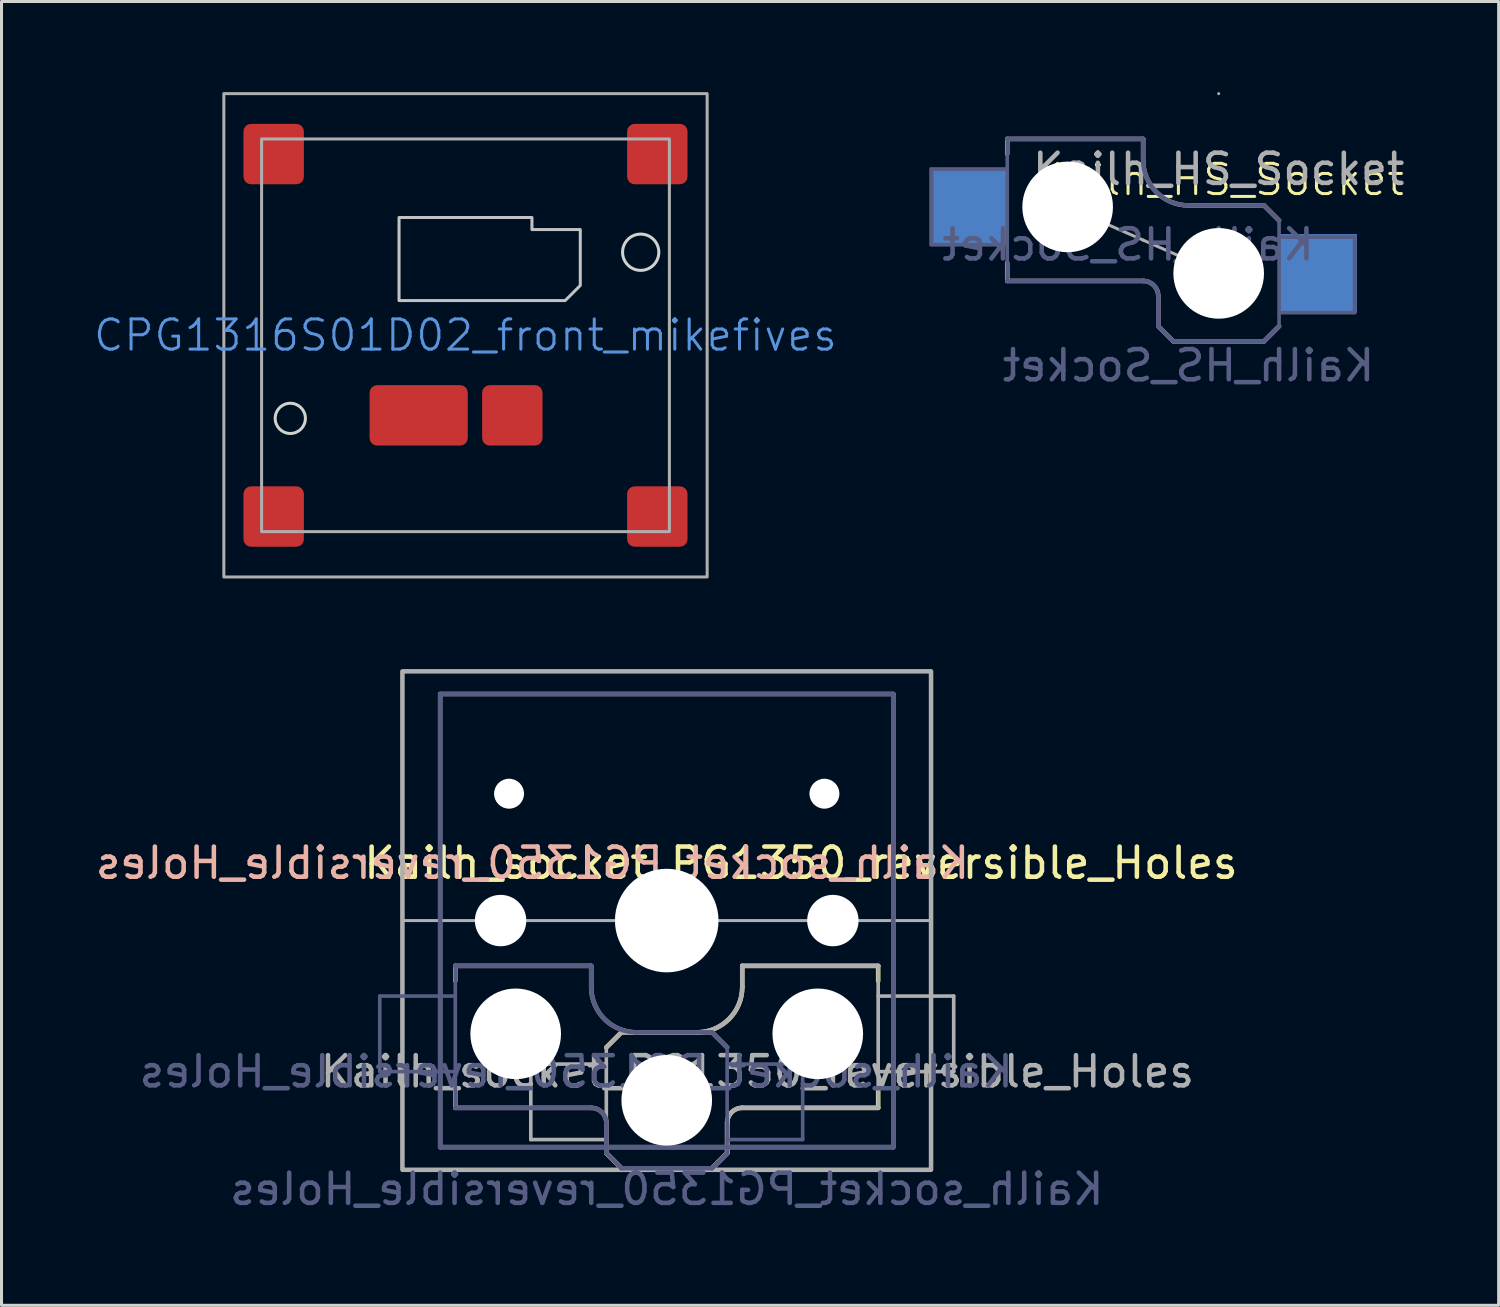
<source format=kicad_pcb>
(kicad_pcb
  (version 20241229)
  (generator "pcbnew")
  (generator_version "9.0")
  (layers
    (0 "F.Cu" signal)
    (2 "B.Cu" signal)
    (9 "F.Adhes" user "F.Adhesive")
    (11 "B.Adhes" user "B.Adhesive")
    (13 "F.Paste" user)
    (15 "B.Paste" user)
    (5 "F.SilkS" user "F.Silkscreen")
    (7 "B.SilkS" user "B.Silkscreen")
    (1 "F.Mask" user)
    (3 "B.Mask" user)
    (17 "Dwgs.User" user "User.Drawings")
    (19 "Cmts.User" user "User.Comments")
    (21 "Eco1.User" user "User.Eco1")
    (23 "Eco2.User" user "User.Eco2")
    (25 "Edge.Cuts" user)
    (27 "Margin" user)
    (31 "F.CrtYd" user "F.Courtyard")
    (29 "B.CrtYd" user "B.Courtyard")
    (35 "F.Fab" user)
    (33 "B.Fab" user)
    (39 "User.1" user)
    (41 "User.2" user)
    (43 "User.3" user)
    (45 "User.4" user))
  (footprint "Kailh_socket_PG1350_reversible_Holes"
    (layer "F.Cu")
    (at 19.022 27.425)
    (property "Reference" "Kailh_socket_PG1350_reversible_Holes" (at 4.445 -1.905 0) (layer "F.SilkS") (effects (font (size 1 1) (thickness 0.15))))
    (property "Value" "Kailh_socket_PG1350_reversible_Holes" (at 0 8.89 0) (layer "F.Fab") (hide yes) (effects (font (size 1 1) (thickness 0.15))))
    (attr smd)
    (fp_line (start -2 4.2) (end -1.5 3.7) (stroke (width 0.15) (type solid)) (layer "F.SilkS"))
    (fp_line (start -2 7.7) (end -1.5 8.2) (stroke (width 0.15) (type solid)) (layer "F.SilkS"))
    (fp_line (start -1.5 3.7) (end 1 3.7) (stroke (width 0.15) (type solid)) (layer "F.SilkS"))
    (fp_line (start -1.5 8.2) (end 1.5 8.2) (stroke (width 0.15) (type solid)) (layer "F.SilkS"))
    (fp_line (start 1.5 8.2) (end 2 7.7) (stroke (width 0.15) (type solid)) (layer "F.SilkS"))
    (fp_line (start 2 6.7) (end 2 7.7) (stroke (width 0.15) (type solid)) (layer "F.SilkS"))
    (fp_line (start 2.5 1.5) (end 7 1.5) (stroke (width 0.15) (type solid)) (layer "F.SilkS"))
    (fp_line (start 2.5 2.2) (end 2.5 1.5) (stroke (width 0.15) (type solid)) (layer "F.SilkS"))
    (fp_line (start 7 1.5) (end 7 2) (stroke (width 0.15) (type solid)) (layer "F.SilkS"))
    (fp_line (start 7 5.6) (end 7 6.2) (stroke (width 0.15) (type solid)) (layer "F.SilkS"))
    (fp_line (start 7 6.2) (end 2.5 6.2) (stroke (width 0.15) (type solid)) (layer "F.SilkS"))
    (fp_arc (start 2 6.7) (mid 2.146447 6.346447) (end 2.5 6.2) (stroke (width 0.15) (type solid)) (layer "F.SilkS"))
    (fp_arc (start 2.5 2.2) (mid 2.06066 3.26066) (end 1 3.7) (stroke (width 0.15) (type solid)) (layer "F.SilkS"))
    (fp_line (start -7 1.5) (end -7 2) (stroke (width 0.15) (type solid)) (layer "B.SilkS"))
    (fp_line (start -7 5.6) (end -7 6.2) (stroke (width 0.15) (type solid)) (layer "B.SilkS"))
    (fp_line (start -7 6.2) (end -2.5 6.2) (stroke (width 0.15) (type solid)) (layer "B.SilkS"))
    (fp_line (start -2.5 1.5) (end -7 1.5) (stroke (width 0.15) (type solid)) (layer "B.SilkS"))
    (fp_line (start -2.5 2.2) (end -2.5 1.5) (stroke (width 0.15) (type solid)) (layer "B.SilkS"))
    (fp_line (start -2 6.7) (end -2 7.7) (stroke (width 0.15) (type solid)) (layer "B.SilkS"))
    (fp_line (start -1.5 8.2) (end -2 7.7) (stroke (width 0.15) (type solid)) (layer "B.SilkS"))
    (fp_line (start 1.5 3.7) (end -1 3.7) (stroke (width 0.15) (type solid)) (layer "B.SilkS"))
    (fp_line (start 1.5 8.2) (end -1.5 8.2) (stroke (width 0.15) (type solid)) (layer "B.SilkS"))
    (fp_line (start 2 4.2) (end 1.5 3.7) (stroke (width 0.15) (type solid)) (layer "B.SilkS"))
    (fp_line (start 2 7.7) (end 1.5 8.2) (stroke (width 0.15) (type solid)) (layer "B.SilkS"))
    (fp_arc (start -2.5 6.2) (mid -2.146447 6.346447) (end -2 6.7) (stroke (width 0.15) (type solid)) (layer "B.SilkS"))
    (fp_arc (start -1 3.7) (mid -2.06066 3.26066) (end -2.5 2.2) (stroke (width 0.15) (type solid)) (layer "B.SilkS"))
    (fp_line (start -6.9 6.9) (end -6.9 -6.9) (stroke (width 0.15) (type solid)) (layer "Eco2.User"))
    (fp_line (start -6.9 6.9) (end 6.9 6.9) (stroke (width 0.15) (type solid)) (layer "Eco2.User"))
    (fp_line (start -2.6 -3.1) (end -2.6 -6.3) (stroke (width 0.15) (type solid)) (layer "Eco2.User"))
    (fp_line (start -2.6 -3.1) (end 2.6 -3.1) (stroke (width 0.15) (type solid)) (layer "Eco2.User"))
    (fp_line (start 2.6 -6.3) (end -2.6 -6.3) (stroke (width 0.15) (type solid)) (layer "Eco2.User"))
    (fp_line (start 2.6 -3.1) (end 2.6 -6.3) (stroke (width 0.15) (type solid)) (layer "Eco2.User"))
    (fp_line (start 6.9 -6.9) (end -6.9 -6.9) (stroke (width 0.15) (type solid)) (layer "Eco2.User"))
    (fp_line (start 6.9 -6.9) (end 6.9 6.9) (stroke (width 0.15) (type solid)) (layer "Eco2.User"))
    (fp_line (start -9.5 2.5) (end -7 2.5) (stroke (width 0.12) (type solid)) (layer "B.Fab"))
    (fp_line (start -9.5 5) (end -9.5 2.5) (stroke (width 0.12) (type solid)) (layer "B.Fab"))
    (fp_line (start -7.5 -7.5) (end 7.5 -7.5) (stroke (width 0.15) (type solid)) (layer "B.Fab"))
    (fp_line (start -7.5 7.5) (end -7.5 -7.5) (stroke (width 0.15) (type solid)) (layer "B.Fab"))
    (fp_line (start -7 1.5) (end -7 6.2) (stroke (width 0.12) (type solid)) (layer "B.Fab"))
    (fp_line (start -7 5) (end -9.5 5) (stroke (width 0.12) (type solid)) (layer "B.Fab"))
    (fp_line (start -7 6.2) (end -2.5 6.2) (stroke (width 0.15) (type solid)) (layer "B.Fab"))
    (fp_line (start -2.5 1.5) (end -7 1.5) (stroke (width 0.15) (type solid)) (layer "B.Fab"))
    (fp_line (start -2.5 2.2) (end -2.5 1.5) (stroke (width 0.15) (type solid)) (layer "B.Fab"))
    (fp_line (start -2 6.7) (end -2 7.7) (stroke (width 0.15) (type solid)) (layer "B.Fab"))
    (fp_line (start -1.5 8.2) (end -2 7.7) (stroke (width 0.15) (type solid)) (layer "B.Fab"))
    (fp_line (start 1.5 3.7) (end -1 3.7) (stroke (width 0.15) (type solid)) (layer "B.Fab"))
    (fp_line (start 1.5 8.2) (end -1.5 8.2) (stroke (width 0.15) (type solid)) (layer "B.Fab"))
    (fp_line (start 2 4.2) (end 1.5 3.7) (stroke (width 0.15) (type solid)) (layer "B.Fab"))
    (fp_line (start 2 4.25) (end 2 7.7) (stroke (width 0.12) (type solid)) (layer "B.Fab"))
    (fp_line (start 2 4.75) (end 4.5 4.75) (stroke (width 0.12) (type solid)) (layer "B.Fab"))
    (fp_line (start 2 7.7) (end 1.5 8.2) (stroke (width 0.15) (type solid)) (layer "B.Fab"))
    (fp_line (start 4.5 4.75) (end 4.5 7.25) (stroke (width 0.12) (type solid)) (layer "B.Fab"))
    (fp_line (start 4.5 7.25) (end 2 7.25) (stroke (width 0.12) (type solid)) (layer "B.Fab"))
    (fp_line (start 7.5 -7.5) (end 7.5 7.5) (stroke (width 0.15) (type solid)) (layer "B.Fab"))
    (fp_line (start 7.5 7.5) (end -7.5 7.5) (stroke (width 0.15) (type solid)) (layer "B.Fab"))
    (fp_arc (start -2.5 6.2) (mid -2.146447 6.346447) (end -2 6.7) (stroke (width 0.15) (type solid)) (layer "B.Fab"))
    (fp_arc (start -1 3.7) (mid -2.06066 3.26066) (end -2.5 2.2) (stroke (width 0.15) (type solid)) (layer "B.Fab"))
    (fp_line (start -8.75 0) (end 8.75 0) (stroke (width 0.1) (type default)) (layer "F.Fab"))
    (fp_line (start -7.5 -7.5) (end 7.5 -7.5) (stroke (width 0.15) (type solid)) (layer "F.Fab"))
    (fp_line (start -7.5 7.5) (end -7.5 -7.5) (stroke (width 0.15) (type solid)) (layer "F.Fab"))
    (fp_line (start -4.5 4.75) (end -4.5 7.25) (stroke (width 0.12) (type solid)) (layer "F.Fab"))
    (fp_line (start -4.5 7.25) (end -2 7.25) (stroke (width 0.12) (type solid)) (layer "F.Fab"))
    (fp_line (start -2 4.2) (end -1.5 3.7) (stroke (width 0.15) (type solid)) (layer "F.Fab"))
    (fp_line (start -2 4.25) (end -2 7.7) (stroke (width 0.12) (type solid)) (layer "F.Fab"))
    (fp_line (start -2 4.75) (end -4.5 4.75) (stroke (width 0.12) (type solid)) (layer "F.Fab"))
    (fp_line (start -2 7.7) (end -1.5 8.2) (stroke (width 0.15) (type solid)) (layer "F.Fab"))
    (fp_line (start -1.5 3.7) (end 1 3.7) (stroke (width 0.15) (type solid)) (layer "F.Fab"))
    (fp_line (start -1.5 8.2) (end 1.5 8.2) (stroke (width 0.15) (type solid)) (layer "F.Fab"))
    (fp_line (start 1.5 8.2) (end 2 7.7) (stroke (width 0.15) (type solid)) (layer "F.Fab"))
    (fp_line (start 2 6.7) (end 2 7.7) (stroke (width 0.15) (type solid)) (layer "F.Fab"))
    (fp_line (start 2.5 1.5) (end 7 1.5) (stroke (width 0.15) (type solid)) (layer "F.Fab"))
    (fp_line (start 2.5 2.2) (end 2.5 1.5) (stroke (width 0.15) (type solid)) (layer "F.Fab"))
    (fp_line (start 7 1.5) (end 7 6.2) (stroke (width 0.12) (type solid)) (layer "F.Fab"))
    (fp_line (start 7 5) (end 9.5 5) (stroke (width 0.12) (type solid)) (layer "F.Fab"))
    (fp_line (start 7 6.2) (end 2.5 6.2) (stroke (width 0.15) (type solid)) (layer "F.Fab"))
    (fp_line (start 7.5 -7.5) (end 7.5 7.5) (stroke (width 0.15) (type solid)) (layer "F.Fab"))
    (fp_line (start 7.5 7.5) (end -7.5 7.5) (stroke (width 0.15) (type solid)) (layer "F.Fab"))
    (fp_line (start 9.5 2.5) (end 7 2.5) (stroke (width 0.12) (type solid)) (layer "F.Fab"))
    (fp_line (start 9.5 5) (end 9.5 2.5) (stroke (width 0.12) (type solid)) (layer "F.Fab"))
    (fp_rect (start -8.75 -8.25) (end 8.75 8.25) (stroke (width 0.15) (type default)) (fill no) (layer "F.Fab"))
    (fp_arc (start 2 6.7) (mid 2.146447 6.346447) (end 2.5 6.2) (stroke (width 0.15) (type solid)) (layer "F.Fab"))
    (fp_arc (start 2.5 2.2) (mid 2.06066 3.26066) (end 1 3.7) (stroke (width 0.15) (type solid)) (layer "F.Fab"))
    (fp_text user "${REFERENCE}" (at -4.445 -1.905 0) (layer "B.SilkS") (effects (font (size 1 1) (thickness 0.15)) (justify mirror)))
    (fp_text user "${REFERENCE}" (at -3 5 0) (layer "B.Fab") (effects (font (size 1 1) (thickness 0.15)) (justify mirror)))
    (fp_text user "${VALUE}" (at 0 8.89 0) (layer "B.Fab") (effects (font (size 1 1) (thickness 0.15)) (justify mirror)))
    (fp_text user "${REFERENCE}" (at 3 5 180) (layer "F.Fab") (effects (font (size 1 1) (thickness 0.15))))
    (pad "" np_thru_hole circle (at -5.5 0) (size 1.702 1.702) (drill 1.702) (layers "*.Cu" "*.Mask"))
    (pad "" np_thru_hole circle (at -5.22 -4.2) (size 0.991 0.991) (drill 0.991) (layers "*.Cu" "*.Mask"))
    (pad "" np_thru_hole circle (at -5 3.75) (size 3 3) (drill 3) (layers "*.Cu" "*.Mask"))
    (pad "" np_thru_hole circle (at 0 0) (size 3.429 3.429) (drill 3.429) (layers "*.Cu" "*.Mask"))
    (pad "" np_thru_hole circle (at 0 5.95) (size 3 3) (drill 3) (layers "*.Cu" "*.Mask"))
    (pad "" np_thru_hole circle (at 5 3.75) (size 3 3) (drill 3) (layers "*.Cu" "*.Mask"))
    (pad "" np_thru_hole circle (at 5.22 -4.2) (size 0.991 0.991) (drill 0.991) (layers "*.Cu" "*.Mask"))
    (pad "" np_thru_hole circle (at 5.5 0) (size 1.702 1.702) (drill 1.702) (layers "*.Cu" "*.Mask")))
  (footprint "Kailh_HS_Socket"
    (layer "F.Cu")
    (at 34.794 4.9)
    (property "Reference" "Kailh_HS_Socket" (at 2.5 -2 0) (unlocked yes) (layer "F.SilkS") (effects (font (size 1 1) (thickness 0.1))))
    (property "Value" "Kailh_HS_Socket" (at 2.5 -3.85 0) (unlocked yes) (layer "F.Fab") (hide yes) (effects (font (size 1 1) (thickness 0.15))))
    (attr smd)
    (fp_line (start -4.5 -3.35) (end -4.5 -2.85) (stroke (width 0.15) (type solid)) (layer "B.SilkS"))
    (fp_line (start -4.5 0.75) (end -4.5 1.35) (stroke (width 0.15) (type solid)) (layer "B.SilkS"))
    (fp_line (start -4.5 1.35) (end 0 1.35) (stroke (width 0.15) (type solid)) (layer "B.SilkS"))
    (fp_line (start 0 -3.35) (end -4.5 -3.35) (stroke (width 0.15) (type solid)) (layer "B.SilkS"))
    (fp_line (start 0 -2.65) (end 0 -3.35) (stroke (width 0.15) (type solid)) (layer "B.SilkS"))
    (fp_line (start 0.5 1.85) (end 0.5 2.85) (stroke (width 0.15) (type solid)) (layer "B.SilkS"))
    (fp_line (start 1 3.35) (end 0.5 2.85) (stroke (width 0.15) (type solid)) (layer "B.SilkS"))
    (fp_line (start 4 -1.15) (end 1.5 -1.15) (stroke (width 0.15) (type solid)) (layer "B.SilkS"))
    (fp_line (start 4 3.35) (end 1 3.35) (stroke (width 0.15) (type solid)) (layer "B.SilkS"))
    (fp_line (start 4.5 -0.65) (end 4 -1.15) (stroke (width 0.15) (type solid)) (layer "B.SilkS"))
    (fp_line (start 4.5 2.85) (end 4 3.35) (stroke (width 0.15) (type solid)) (layer "B.SilkS"))
    (fp_arc (start 0 1.35) (mid 0.353553 1.496447) (end 0.5 1.85) (stroke (width 0.15) (type solid)) (layer "B.SilkS"))
    (fp_arc (start 1.5 -1.15) (mid 0.43934 -1.58934) (end 0 -2.65) (stroke (width 0.15) (type solid)) (layer "B.SilkS"))
    (fp_line (start -7 -2.35) (end -4.5 -2.35) (stroke (width 0.12) (type solid)) (layer "B.Fab"))
    (fp_line (start -7 0.15) (end -7 -2.35) (stroke (width 0.12) (type solid)) (layer "B.Fab"))
    (fp_line (start -4.5 -3.35) (end -4.5 1.35) (stroke (width 0.12) (type solid)) (layer "B.Fab"))
    (fp_line (start -4.5 0.15) (end -7 0.15) (stroke (width 0.12) (type solid)) (layer "B.Fab"))
    (fp_line (start -4.5 1.35) (end 0 1.35) (stroke (width 0.15) (type solid)) (layer "B.Fab"))
    (fp_line (start 0 -3.35) (end -4.5 -3.35) (stroke (width 0.15) (type solid)) (layer "B.Fab"))
    (fp_line (start 0 -2.65) (end 0 -3.35) (stroke (width 0.15) (type solid)) (layer "B.Fab"))
    (fp_line (start 0.5 1.85) (end 0.5 2.85) (stroke (width 0.15) (type solid)) (layer "B.Fab"))
    (fp_line (start 1 3.35) (end 0.5 2.85) (stroke (width 0.15) (type solid)) (layer "B.Fab"))
    (fp_line (start 4 -1.15) (end 1.5 -1.15) (stroke (width 0.15) (type solid)) (layer "B.Fab"))
    (fp_line (start 4 3.35) (end 1 3.35) (stroke (width 0.15) (type solid)) (layer "B.Fab"))
    (fp_line (start 4.5 -0.65) (end 4 -1.15) (stroke (width 0.15) (type solid)) (layer "B.Fab"))
    (fp_line (start 4.5 -0.6) (end 4.5 2.85) (stroke (width 0.12) (type solid)) (layer "B.Fab"))
    (fp_line (start 4.5 -0.1) (end 7 -0.1) (stroke (width 0.12) (type solid)) (layer "B.Fab"))
    (fp_line (start 4.5 2.85) (end 4 3.35) (stroke (width 0.15) (type solid)) (layer "B.Fab"))
    (fp_line (start 7 -0.1) (end 7 2.4) (stroke (width 0.12) (type solid)) (layer "B.Fab"))
    (fp_line (start 7 2.4) (end 4.5 2.4) (stroke (width 0.12) (type solid)) (layer "B.Fab"))
    (fp_arc (start 0 1.35) (mid 0.353553 1.496447) (end 0.5 1.85) (stroke (width 0.15) (type solid)) (layer "B.Fab"))
    (fp_arc (start 1.5 -1.15) (mid 0.43934 -1.58934) (end 0 -2.65) (stroke (width 0.15) (type solid)) (layer "B.Fab"))
    (fp_line (start -2.5 -1.1) (end -2.5 -1.1) (stroke (width 0.1) (type default)) (layer "F.Fab"))
    (fp_line (start -2.5 -1.1) (end 2.5 1.1) (stroke (width 0.1) (type default)) (layer "F.Fab"))
    (fp_line (start 0 0) (end 0 0) (stroke (width 0.1) (type default)) (layer "F.Fab"))
    (fp_line (start 2.5 -4.85) (end 2.5 -4.85) (stroke (width 0.1) (type default)) (layer "F.Fab"))
    (fp_line (start 2.5 1.1) (end 2.5 1.1) (stroke (width 0.1) (type default)) (layer "F.Fab"))
    (fp_text user "${REFERENCE}" (at -0.5 0.15 0) (layer "B.Fab") (effects (font (size 1 1) (thickness 0.15)) (justify mirror)))
    (fp_text user "${VALUE}" (at 1.5 4.15 0) (layer "B.Fab") (effects (font (size 1 1) (thickness 0.15)) (justify mirror)))
    (fp_text user "${REFERENCE}" (at 2.5 -2.35 0) (unlocked yes) (layer "F.Fab") (effects (font (size 1 1) (thickness 0.15))))
    (pad "" np_thru_hole circle (at -2.5 -1.1) (size 3 3) (drill 3) (layers "*.Cu" "*.Mask"))
    (pad "" np_thru_hole circle (at 2.5 1.1) (size 3 3) (drill 3) (layers "*.Cu" "*.Mask"))
    (pad "1" smd rect (at 5.775 1.1) (size 2.6 2.6) (layers "B.Cu" "B.Mask" "B.Paste"))
    (pad "2" smd rect (at -5.775 -1.1) (size 2.6 2.6) (layers "B.Cu" "B.Mask" "B.Paste")))
  (footprint "CPG1316S01D02_front_mikefives"
    (layer "F.Cu")
    (at 12.36 8.05)
    (property "Reference" "CPG1316S01D02_front_mikefives" (at 0 0 0) (unlocked yes) (layer "Cmts.User") (effects (font (size 1 1) (thickness 0.1))))
    (attr smd)
    (fp_poly (pts (xy 3.8 -3.5) (xy 3.8 -1.65) (xy 3.3 -1.15) (xy -2.2 -1.15) (xy -2.2 -3.9) (xy 2.2 -3.9) (xy 2.2 -3.5)) (stroke (width 0.1) (type solid)) (fill no) (layer "Dwgs.User"))
    (fp_circle (center -5.8 2.75) (end -5.3 2.75) (stroke (width 0.1) (type default)) (fill no) (layer "Edge.Cuts"))
    (fp_circle (center 5.8 -2.75) (end 6.4 -2.75) (stroke (width 0.1) (type default)) (fill no) (layer "Edge.Cuts"))
    (fp_rect (start -8 8) (end 8 -8) (stroke (width 0.1) (type default)) (fill no) (layer "F.Fab"))
    (fp_rect (start -6.75 -6.5) (end 6.75 6.5) (stroke (width 0.1) (type default)) (fill no) (layer "F.Fab"))
    (pad "1" smd roundrect (at -1.55 2.65) (size 3.25 2) (layers "F.Cu" "F.Mask" "F.Paste") (roundrect_rratio 0.125))
    (pad "2" smd roundrect (at 1.55 2.65) (size 2 2) (layers "F.Cu" "F.Mask" "F.Paste") (roundrect_rratio 0.125))
    (pad "3" smd roundrect (at -6.35 -6) (size 2 2) (layers "F.Cu" "F.Mask" "F.Paste") (roundrect_rratio 0.125))
    (pad "3" smd roundrect (at -6.35 6) (size 2 2) (layers "F.Cu" "F.Mask" "F.Paste") (roundrect_rratio 0.125))
    (pad "3" smd roundrect (at 6.35 -6) (size 2 2) (layers "F.Cu" "F.Mask" "F.Paste") (roundrect_rratio 0.125))
    (pad "3" smd roundrect (at 6.35 6) (size 2 2) (layers "F.Cu" "F.Mask" "F.Paste") (roundrect_rratio 0.125)))
  (gr_rect
    (start -3 -3)
    (end 46.562 40.163)
    (stroke (width 0.1) (type default))
    (fill no)
    (layer "Edge.Cuts")))
</source>
